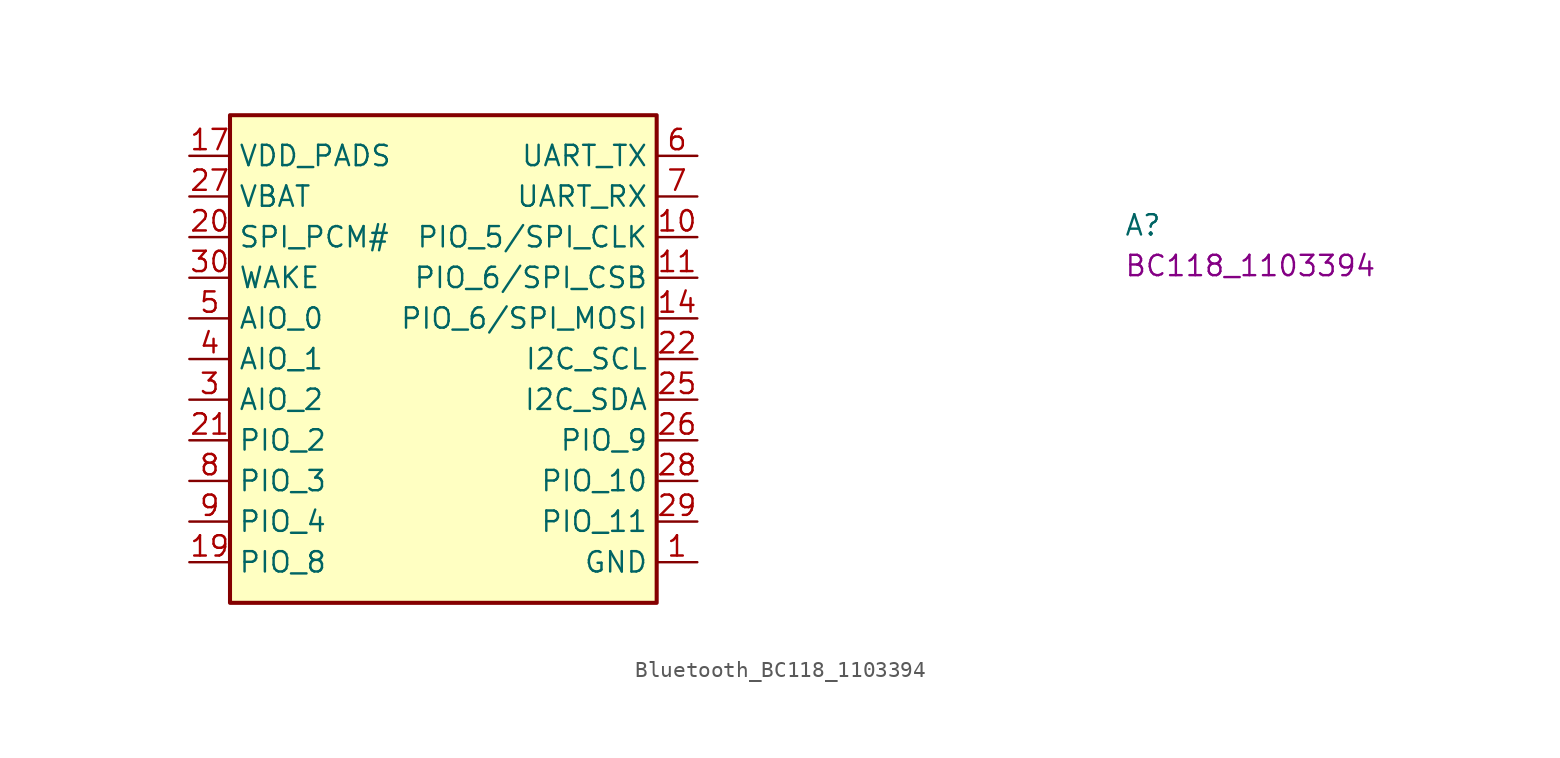
<source format=kicad_sym>
(kicad_symbol_lib
  (version 20220914)
  (generator kicad_symbol_editor)
  (symbol "Bluetooth_BC118_1103394"
    (property "Reference" "A"
      (at 58.42 -5.08 0)
      (effects (font (size 1.27 1.27) (thickness 0.15)) (justify left bottom)))
    (property "MPN" "BC118_1103394"
      (at 58.42 -7.62 0)
      (effects (font (size 1.27 1.27) (thickness 0.15)) (justify left bottom)))
    (symbol "Bluetooth_BC118_1103394_1_1"
      (rectangle (start 2.54 2.54) (end 29.21 -27.94) (stroke (width 0.254) (type default)) (fill (type background)))
      (pin power_in line (at 31.75 -25.4 180) (length 2.54) (name "GND" (effects (font (size 1.27 1.27)))) (number "1" (effects (font (size 1.27 1.27)))))
      (pin bidirectional line (at 31.75 -5.08 180) (length 2.54) (name "PIO_5/SPI_CLK" (effects (font (size 1.27 1.27)))) (number "10" (effects (font (size 1.27 1.27)))))
      (pin bidirectional line (at 31.75 -7.62 180) (length 2.54) (name "PIO_6/SPI_CSB" (effects (font (size 1.27 1.27)))) (number "11" (effects (font (size 1.27 1.27)))))
      (pin passive line (at 31.75 -25.4 180) (length 2.54) hide (name "GND" (effects (font (size 1.27 1.27)))) (number "12" (effects (font (size 1.27 1.27)))))
      (pin passive line (at 31.75 -25.4 180) (length 2.54) hide (name "GND" (effects (font (size 1.27 1.27)))) (number "13" (effects (font (size 1.27 1.27)))))
      (pin bidirectional line (at 31.75 -10.16 180) (length 2.54) (name "PIO_6/SPI_MOSI" (effects (font (size 1.27 1.27)))) (number "14" (effects (font (size 1.27 1.27)))))
      (pin passive line (at 31.75 -25.4 180) (length 2.54) hide (name "GND" (effects (font (size 1.27 1.27)))) (number "15" (effects (font (size 1.27 1.27)))))
      (pin passive line (at 31.75 -25.4 180) (length 2.54) hide (name "GND" (effects (font (size 1.27 1.27)))) (number "16" (effects (font (size 1.27 1.27)))))
      (pin power_in line (at 0 0 0) (length 2.54) (name "VDD_PADS" (effects (font (size 1.27 1.27)))) (number "17" (effects (font (size 1.27 1.27)))))
      (pin passive line (at 31.75 -25.4 180) (length 2.54) hide (name "GND" (effects (font (size 1.27 1.27)))) (number "18" (effects (font (size 1.27 1.27)))))
      (pin bidirectional line (at 0 -25.4 0) (length 2.54) (name "PIO_8" (effects (font (size 1.27 1.27)))) (number "19" (effects (font (size 1.27 1.27)))))
      (pin passive line (at 31.75 -25.4 180) (length 2.54) hide (name "GND" (effects (font (size 1.27 1.27)))) (number "2" (effects (font (size 1.27 1.27)))))
      (pin input line (at 0 -5.08 0) (length 2.54) (name "SPI_PCM#" (effects (font (size 1.27 1.27)))) (number "20" (effects (font (size 1.27 1.27)))))
      (pin bidirectional line (at 0 -17.78 0) (length 2.54) (name "PIO_2" (effects (font (size 1.27 1.27)))) (number "21" (effects (font (size 1.27 1.27)))))
      (pin bidirectional line (at 31.75 -12.7 180) (length 2.54) (name "I2C_SCL" (effects (font (size 1.27 1.27)))) (number "22" (effects (font (size 1.27 1.27)))))
      (pin passive line (at 31.75 -25.4 180) (length 2.54) hide (name "GND" (effects (font (size 1.27 1.27)))) (number "23" (effects (font (size 1.27 1.27)))))
      (pin passive line (at 31.75 -25.4 180) (length 2.54) hide (name "GND" (effects (font (size 1.27 1.27)))) (number "24" (effects (font (size 1.27 1.27)))))
      (pin bidirectional line (at 31.75 -15.24 180) (length 2.54) (name "I2C_SDA" (effects (font (size 1.27 1.27)))) (number "25" (effects (font (size 1.27 1.27)))))
      (pin bidirectional line (at 31.75 -17.78 180) (length 2.54) (name "PIO_9" (effects (font (size 1.27 1.27)))) (number "26" (effects (font (size 1.27 1.27)))))
      (pin power_in line (at 0 -2.54 0) (length 2.54) (name "VBAT" (effects (font (size 1.27 1.27)))) (number "27" (effects (font (size 1.27 1.27)))))
      (pin bidirectional line (at 31.75 -20.32 180) (length 2.54) (name "PIO_10" (effects (font (size 1.27 1.27)))) (number "28" (effects (font (size 1.27 1.27)))))
      (pin bidirectional line (at 31.75 -22.86 180) (length 2.54) (name "PIO_11" (effects (font (size 1.27 1.27)))) (number "29" (effects (font (size 1.27 1.27)))))
      (pin bidirectional line (at 0 -15.24 0) (length 2.54) (name "AIO_2" (effects (font (size 1.27 1.27)))) (number "3" (effects (font (size 1.27 1.27)))))
      (pin input line (at 0 -7.62 0) (length 2.54) (name "WAKE" (effects (font (size 1.27 1.27)))) (number "30" (effects (font (size 1.27 1.27)))))
      (pin passive line (at 31.75 -25.4 180) (length 2.54) hide (name "GND" (effects (font (size 1.27 1.27)))) (number "31" (effects (font (size 1.27 1.27)))))
      (pin passive line (at 31.75 -25.4 180) (length 2.54) hide (name "GND" (effects (font (size 1.27 1.27)))) (number "32" (effects (font (size 1.27 1.27)))))
      (pin passive line (at 31.75 -25.4 180) (length 2.54) hide (name "GND" (effects (font (size 1.27 1.27)))) (number "33" (effects (font (size 1.27 1.27)))))
      (pin passive line (at 31.75 -25.4 180) (length 2.54) hide (name "GND" (effects (font (size 1.27 1.27)))) (number "34" (effects (font (size 1.27 1.27)))))
      (pin passive line (at 31.75 -25.4 180) (length 2.54) hide (name "GND" (effects (font (size 1.27 1.27)))) (number "35" (effects (font (size 1.27 1.27)))))
      (pin bidirectional line (at 0 -12.7 0) (length 2.54) (name "AIO_1" (effects (font (size 1.27 1.27)))) (number "4" (effects (font (size 1.27 1.27)))))
      (pin bidirectional line (at 0 -10.16 0) (length 2.54) (name "AIO_0" (effects (font (size 1.27 1.27)))) (number "5" (effects (font (size 1.27 1.27)))))
      (pin bidirectional line (at 31.75 0 180) (length 2.54) (name "UART_TX" (effects (font (size 1.27 1.27)))) (number "6" (effects (font (size 1.27 1.27)))))
      (pin bidirectional line (at 31.75 -2.54 180) (length 2.54) (name "UART_RX" (effects (font (size 1.27 1.27)))) (number "7" (effects (font (size 1.27 1.27)))))
      (pin bidirectional line (at 0 -20.32 0) (length 2.54) (name "PIO_3" (effects (font (size 1.27 1.27)))) (number "8" (effects (font (size 1.27 1.27)))))
      (pin bidirectional line (at 0 -22.86 0) (length 2.54) (name "PIO_4" (effects (font (size 1.27 1.27)))) (number "9" (effects (font (size 1.27 1.27))))))))
</source>
